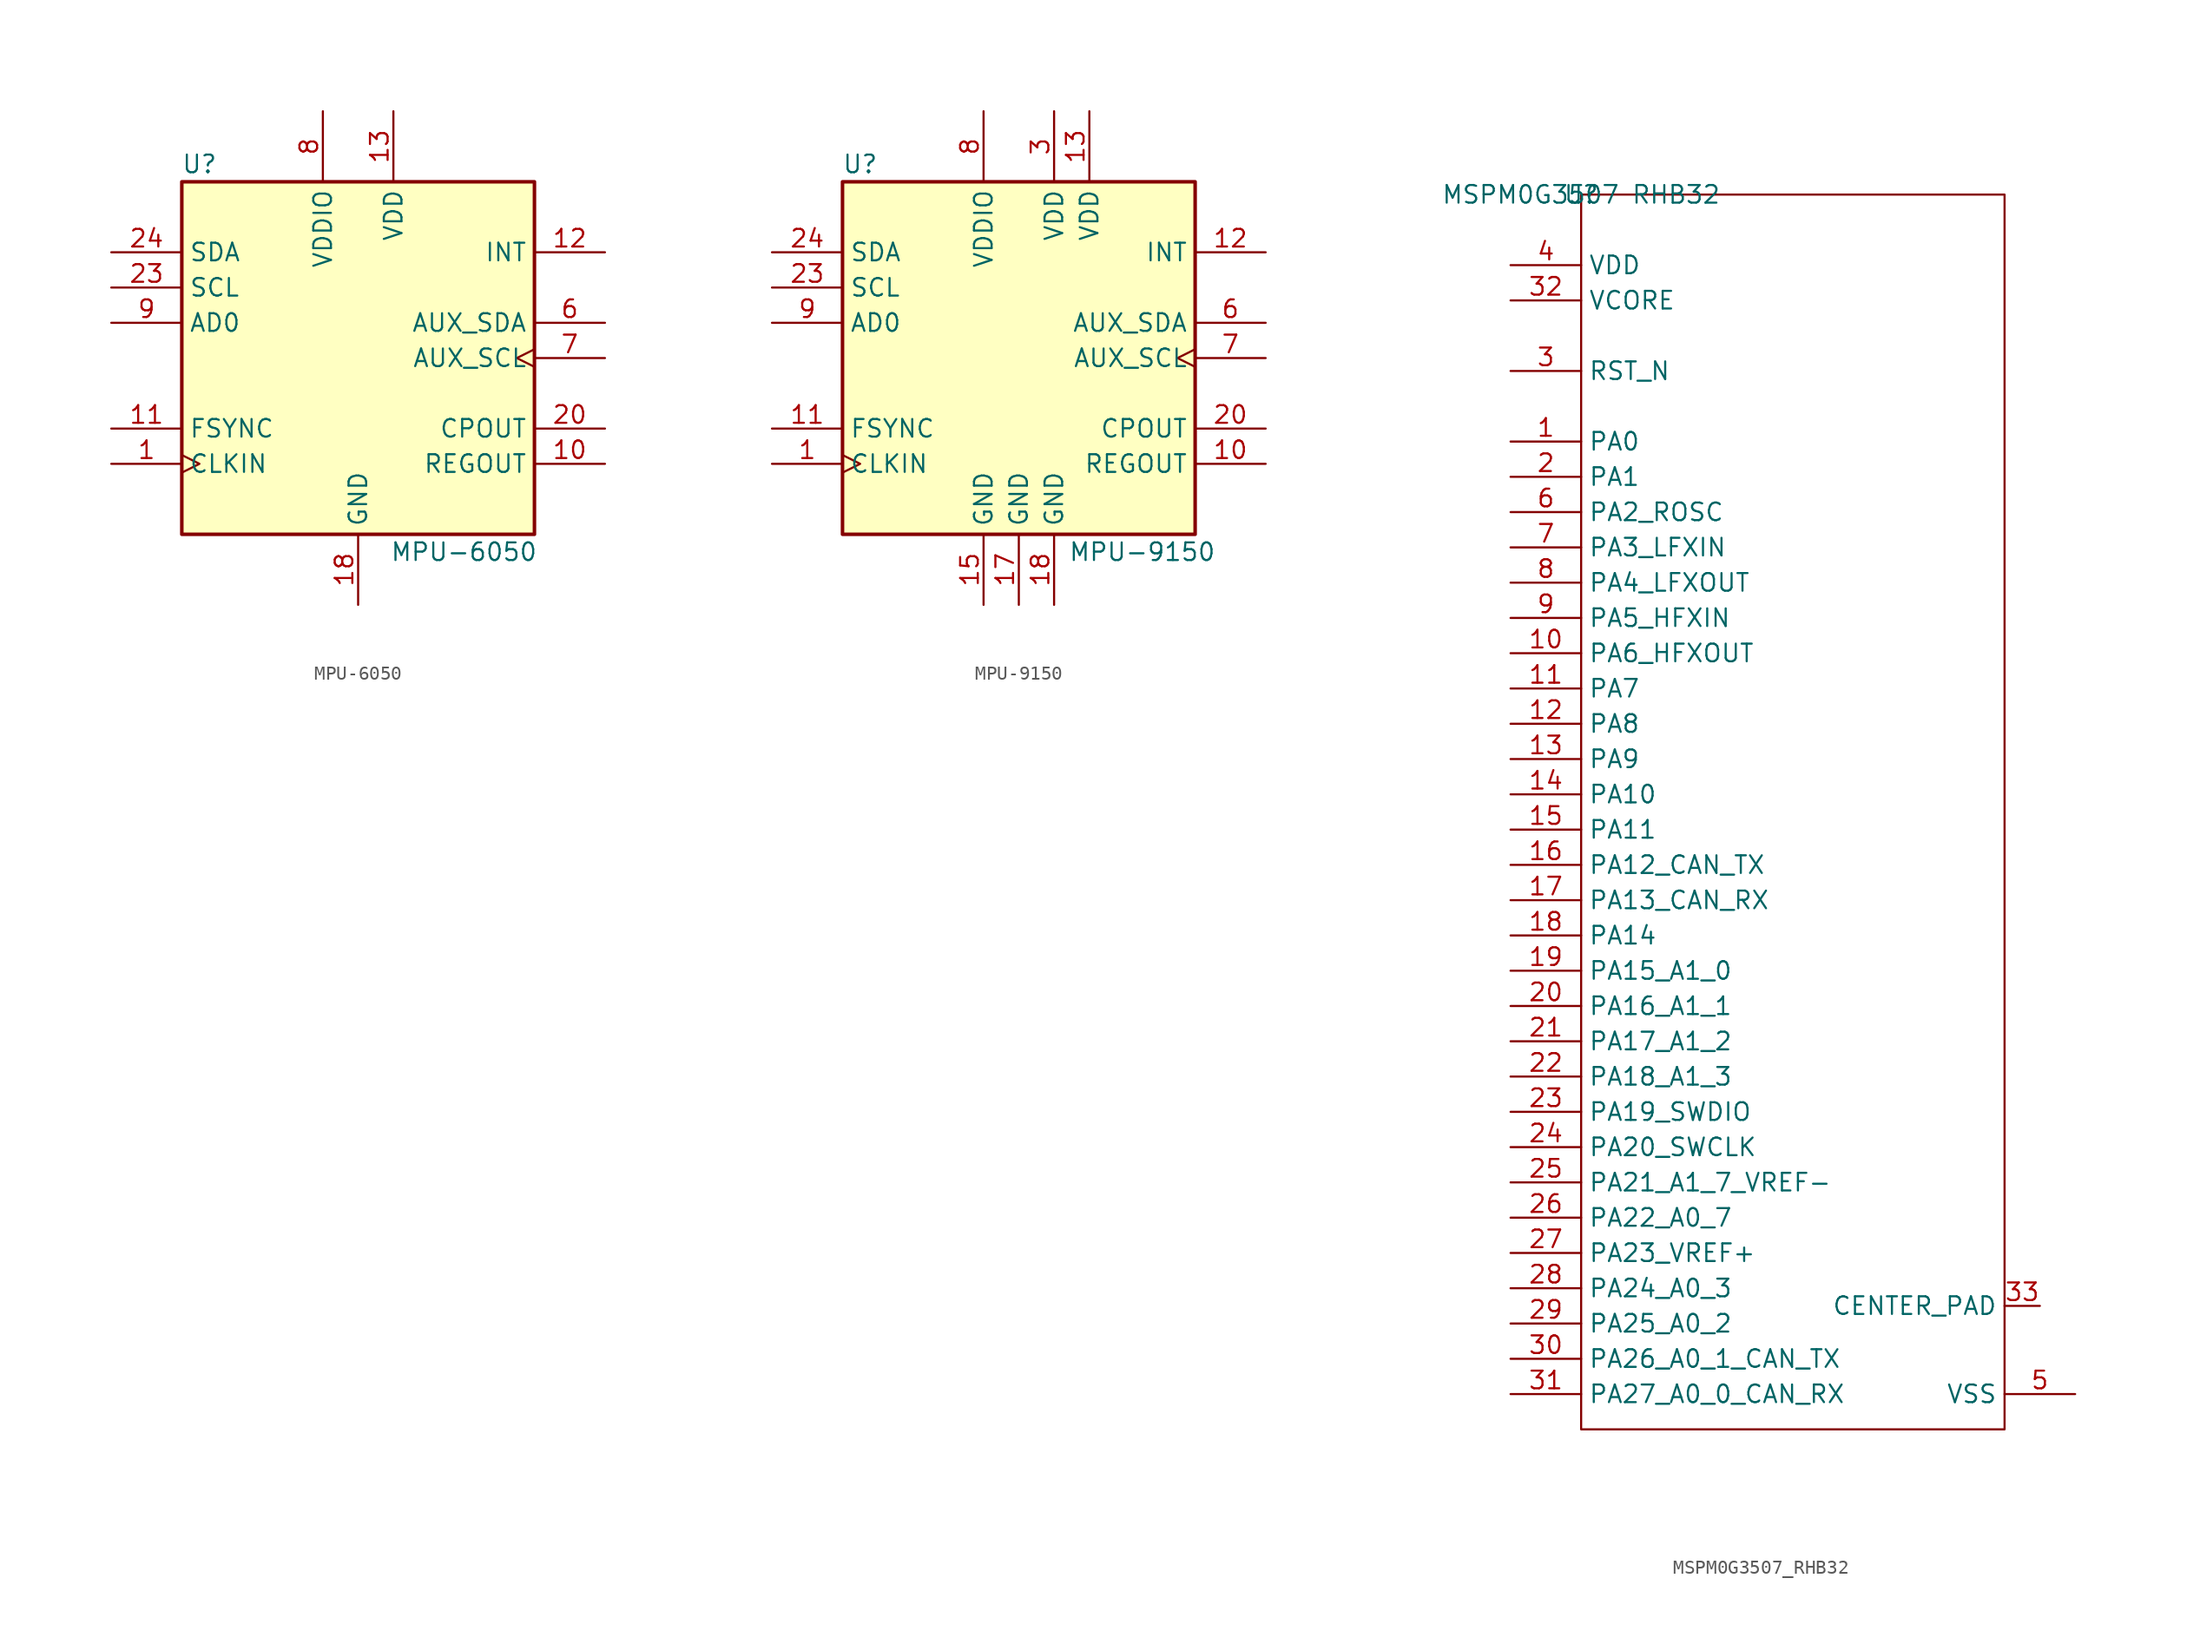
<source format=kicad_sym>
(kicad_symbol_lib
  (version 20241209)
  (generator "kicad_symbol_editor")
  (generator_version "9.0")
  (symbol "MPU-6050"
    (property "Reference" "U"
      (at -11.43 13.97 0)
      (effects (font (size 1.27 1.27))))
    (property "Value" "MPU-6050"
      (at 7.62 -13.97 0)
      (effects (font (size 1.27 1.27))))
    (symbol "MPU-6050_0_1"
      (rectangle (start -12.7 12.7) (end 12.7 -12.7) (stroke (width 0.254) (type solid)) (fill (type background))))
    (symbol "MPU-6050_1_1"
      (pin bidirectional line (at -17.78 7.62 0) (length 5.08) (name "SDA" (effects (font (size 1.27 1.27)))) (number "24" (effects (font (size 1.27 1.27)))))
      (pin input line (at -17.78 5.08 0) (length 5.08) (name "SCL" (effects (font (size 1.27 1.27)))) (number "23" (effects (font (size 1.27 1.27)))))
      (pin input line (at -17.78 2.54 0) (length 5.08) (name "AD0" (effects (font (size 1.27 1.27)))) (number "9" (effects (font (size 1.27 1.27)))))
      (pin input line (at -17.78 -5.08 0) (length 5.08) (name "FSYNC" (effects (font (size 1.27 1.27)))) (number "11" (effects (font (size 1.27 1.27)))))
      (pin input clock (at -17.78 -7.62 0) (length 5.08) (name "CLKIN" (effects (font (size 1.27 1.27)))) (number "1" (effects (font (size 1.27 1.27)))))
      (pin power_in line (at -2.54 17.78 270) (length 5.08) (name "VDDIO" (effects (font (size 1.27 1.27)))) (number "8" (effects (font (size 1.27 1.27)))))
      (pin power_in line (at 0 -17.78 90) (length 5.08) (name "GND" (effects (font (size 1.27 1.27)))) (number "18" (effects (font (size 1.27 1.27)))))
      (pin power_in line (at 2.54 17.78 270) (length 5.08) (name "VDD" (effects (font (size 1.27 1.27)))) (number "13" (effects (font (size 1.27 1.27)))))
      (pin output line (at 17.78 7.62 180) (length 5.08) (name "INT" (effects (font (size 1.27 1.27)))) (number "12" (effects (font (size 1.27 1.27)))))
      (pin bidirectional line (at 17.78 2.54 180) (length 5.08) (name "AUX_SDA" (effects (font (size 1.27 1.27)))) (number "6" (effects (font (size 1.27 1.27)))))
      (pin output clock (at 17.78 0 180) (length 5.08) (name "AUX_SCL" (effects (font (size 1.27 1.27)))) (number "7" (effects (font (size 1.27 1.27)))))
      (pin passive line (at 17.78 -5.08 180) (length 5.08) (name "CPOUT" (effects (font (size 1.27 1.27)))) (number "20" (effects (font (size 1.27 1.27)))))
      (pin passive line (at 17.78 -7.62 180) (length 5.08) (name "REGOUT" (effects (font (size 1.27 1.27)))) (number "10" (effects (font (size 1.27 1.27)))))))
  (symbol "MPU-9150"
    (property "Reference" "U"
      (at -11.43 13.97 0)
      (effects (font (size 1.27 1.27))))
    (property "Value" "MPU-9150"
      (at 8.89 -13.97 0)
      (effects (font (size 1.27 1.27))))
    (symbol "MPU-9150_0_1"
      (rectangle (start -12.7 12.7) (end 12.7 -12.7) (stroke (width 0.254) (type solid)) (fill (type background))))
    (symbol "MPU-9150_1_1"
      (pin bidirectional line (at -17.78 7.62 0) (length 5.08) (name "SDA" (effects (font (size 1.27 1.27)))) (number "24" (effects (font (size 1.27 1.27)))))
      (pin input line (at -17.78 5.08 0) (length 5.08) (name "SCL" (effects (font (size 1.27 1.27)))) (number "23" (effects (font (size 1.27 1.27)))))
      (pin input line (at -17.78 2.54 0) (length 5.08) (name "AD0" (effects (font (size 1.27 1.27)))) (number "9" (effects (font (size 1.27 1.27)))))
      (pin input line (at -17.78 -5.08 0) (length 5.08) (name "FSYNC" (effects (font (size 1.27 1.27)))) (number "11" (effects (font (size 1.27 1.27)))))
      (pin input clock (at -17.78 -7.62 0) (length 5.08) (name "CLKIN" (effects (font (size 1.27 1.27)))) (number "1" (effects (font (size 1.27 1.27)))))
      (pin power_in line (at -2.54 17.78 270) (length 5.08) (name "VDDIO" (effects (font (size 1.27 1.27)))) (number "8" (effects (font (size 1.27 1.27)))))
      (pin power_in line (at -2.54 -17.78 90) (length 5.08) (name "GND" (effects (font (size 1.27 1.27)))) (number "15" (effects (font (size 1.27 1.27)))))
      (pin power_in line (at 0 -17.78 90) (length 5.08) (name "GND" (effects (font (size 1.27 1.27)))) (number "17" (effects (font (size 1.27 1.27)))))
      (pin power_in line (at 2.54 17.78 270) (length 5.08) (name "VDD" (effects (font (size 1.27 1.27)))) (number "3" (effects (font (size 1.27 1.27)))))
      (pin power_in line (at 2.54 -17.78 90) (length 5.08) (name "GND" (effects (font (size 1.27 1.27)))) (number "18" (effects (font (size 1.27 1.27)))))
      (pin power_in line (at 5.08 17.78 270) (length 5.08) (name "VDD" (effects (font (size 1.27 1.27)))) (number "13" (effects (font (size 1.27 1.27)))))
      (pin output line (at 17.78 7.62 180) (length 5.08) (name "INT" (effects (font (size 1.27 1.27)))) (number "12" (effects (font (size 1.27 1.27)))))
      (pin bidirectional line (at 17.78 2.54 180) (length 5.08) (name "AUX_SDA" (effects (font (size 1.27 1.27)))) (number "6" (effects (font (size 1.27 1.27)))))
      (pin output clock (at 17.78 0 180) (length 5.08) (name "AUX_SCL" (effects (font (size 1.27 1.27)))) (number "7" (effects (font (size 1.27 1.27)))))
      (pin passive line (at 17.78 -5.08 180) (length 5.08) (name "CPOUT" (effects (font (size 1.27 1.27)))) (number "20" (effects (font (size 1.27 1.27)))))
      (pin passive line (at 17.78 -7.62 180) (length 5.08) (name "REGOUT" (effects (font (size 1.27 1.27)))) (number "10" (effects (font (size 1.27 1.27)))))))
  (symbol "MSPM0G3507_RHB32"
    (property "Reference" "U"
      (at 0 0 0)
      (effects (font (size 1.27 1.27))))
    (property "Value" "MSPM0G3507 RHB32"
      (at 0 0 0)
      (effects (font (size 1.27 1.27))))
    (symbol "MSPM0G3507_RHB32_0_1"
      (rectangle (start 0 0) (end 30.48 -88.9) (stroke (width 0) (type default)) (fill (type none)))
      (pin power_in line (at -5.08 -7.62 0) (length 5.08) (name "VCORE" (effects (font (size 1.27 1.27)))) (number "32" (effects (font (size 1.27 1.27)))))
      (pin bidirectional line (at -5.08 -86.36 0) (length 5.08) (name "PA27_A0_0_CAN_RX" (effects (font (size 1.27 1.27)))) (number "31" (effects (font (size 1.27 1.27))))))
    (symbol "MSPM0G3507_RHB32_1_1"
      (pin power_in line (at -5.08 -5.08 0) (length 5.08) (name "VDD" (effects (font (size 1.27 1.27)))) (number "4" (effects (font (size 1.27 1.27)))))
      (pin input line (at -5.08 -12.7 0) (length 5.08) (name "RST_N" (effects (font (size 1.27 1.27)))) (number "3" (effects (font (size 1.27 1.27)))))
      (pin bidirectional line (at -5.08 -17.78 0) (length 5.08) (name "PA0" (effects (font (size 1.27 1.27)))) (number "1" (effects (font (size 1.27 1.27)))))
      (pin bidirectional line (at -5.08 -20.32 0) (length 5.08) (name "PA1" (effects (font (size 1.27 1.27)))) (number "2" (effects (font (size 1.27 1.27)))))
      (pin bidirectional line (at -5.08 -22.86 0) (length 5.08) (name "PA2_ROSC" (effects (font (size 1.27 1.27)))) (number "6" (effects (font (size 1.27 1.27)))))
      (pin bidirectional line (at -5.08 -25.4 0) (length 5.08) (name "PA3_LFXIN" (effects (font (size 1.27 1.27)))) (number "7" (effects (font (size 1.27 1.27)))))
      (pin bidirectional line (at -5.08 -27.94 0) (length 5.08) (name "PA4_LFXOUT" (effects (font (size 1.27 1.27)))) (number "8" (effects (font (size 1.27 1.27)))))
      (pin bidirectional line (at -5.08 -30.48 0) (length 5.08) (name "PA5_HFXIN" (effects (font (size 1.27 1.27)))) (number "9" (effects (font (size 1.27 1.27)))))
      (pin bidirectional line (at -5.08 -33.02 0) (length 5.08) (name "PA6_HFXOUT" (effects (font (size 1.27 1.27)))) (number "10" (effects (font (size 1.27 1.27)))))
      (pin bidirectional line (at -5.08 -35.56 0) (length 5.08) (name "PA7" (effects (font (size 1.27 1.27)))) (number "11" (effects (font (size 1.27 1.27)))))
      (pin bidirectional line (at -5.08 -38.1 0) (length 5.08) (name "PA8" (effects (font (size 1.27 1.27)))) (number "12" (effects (font (size 1.27 1.27)))))
      (pin bidirectional line (at -5.08 -40.64 0) (length 5.08) (name "PA9" (effects (font (size 1.27 1.27)))) (number "13" (effects (font (size 1.27 1.27)))))
      (pin bidirectional line (at -5.08 -43.18 0) (length 5.08) (name "PA10" (effects (font (size 1.27 1.27)))) (number "14" (effects (font (size 1.27 1.27)))))
      (pin bidirectional line (at -5.08 -45.72 0) (length 5.08) (name "PA11" (effects (font (size 1.27 1.27)))) (number "15" (effects (font (size 1.27 1.27)))))
      (pin bidirectional line (at -5.08 -48.26 0) (length 5.08) (name "PA12_CAN_TX" (effects (font (size 1.27 1.27)))) (number "16" (effects (font (size 1.27 1.27)))))
      (pin bidirectional line (at -5.08 -50.8 0) (length 5.08) (name "PA13_CAN_RX" (effects (font (size 1.27 1.27)))) (number "17" (effects (font (size 1.27 1.27)))))
      (pin bidirectional line (at -5.08 -53.34 0) (length 5.08) (name "PA14" (effects (font (size 1.27 1.27)))) (number "18" (effects (font (size 1.27 1.27)))))
      (pin bidirectional line (at -5.08 -55.88 0) (length 5.08) (name "PA15_A1_0" (effects (font (size 1.27 1.27)))) (number "19" (effects (font (size 1.27 1.27)))))
      (pin bidirectional line (at -5.08 -58.42 0) (length 5.08) (name "PA16_A1_1" (effects (font (size 1.27 1.27)))) (number "20" (effects (font (size 1.27 1.27)))))
      (pin bidirectional line (at -5.08 -60.96 0) (length 5.08) (name "PA17_A1_2" (effects (font (size 1.27 1.27)))) (number "21" (effects (font (size 1.27 1.27)))))
      (pin bidirectional line (at -5.08 -63.5 0) (length 5.08) (name "PA18_A1_3" (effects (font (size 1.27 1.27)))) (number "22" (effects (font (size 1.27 1.27)))))
      (pin bidirectional line (at -5.08 -66.04 0) (length 5.08) (name "PA19_SWDIO" (effects (font (size 1.27 1.27)))) (number "23" (effects (font (size 1.27 1.27)))))
      (pin bidirectional line (at -5.08 -68.58 0) (length 5.08) (name "PA20_SWCLK" (effects (font (size 1.27 1.27)))) (number "24" (effects (font (size 1.27 1.27)))))
      (pin bidirectional line (at -5.08 -71.12 0) (length 5.08) (name "PA21_A1_7_VREF-" (effects (font (size 1.27 1.27)))) (number "25" (effects (font (size 1.27 1.27)))))
      (pin bidirectional line (at -5.08 -73.66 0) (length 5.08) (name "PA22_A0_7" (effects (font (size 1.27 1.27)))) (number "26" (effects (font (size 1.27 1.27)))))
      (pin bidirectional line (at -5.08 -76.2 0) (length 5.08) (name "PA23_VREF+" (effects (font (size 1.27 1.27)))) (number "27" (effects (font (size 1.27 1.27)))))
      (pin bidirectional line (at -5.08 -78.74 0) (length 5.08) (name "PA24_A0_3" (effects (font (size 1.27 1.27)))) (number "28" (effects (font (size 1.27 1.27)))))
      (pin bidirectional line (at -5.08 -81.28 0) (length 5.08) (name "PA25_A0_2" (effects (font (size 1.27 1.27)))) (number "29" (effects (font (size 1.27 1.27)))))
      (pin bidirectional line (at -5.08 -83.82 0) (length 5.08) (name "PA26_A0_1_CAN_TX" (effects (font (size 1.27 1.27)))) (number "30" (effects (font (size 1.27 1.27)))))
      (pin passive line (at 33.02 -80.01 180) (length 2.54) (name "CENTER_PAD" (effects (font (size 1.27 1.27)))) (number "33" (effects (font (size 1.27 1.27)))))
      (pin power_in line (at 35.56 -86.36 180) (length 5.08) (name "VSS" (effects (font (size 1.27 1.27)))) (number "5" (effects (font (size 1.27 1.27))))))))
</source>
